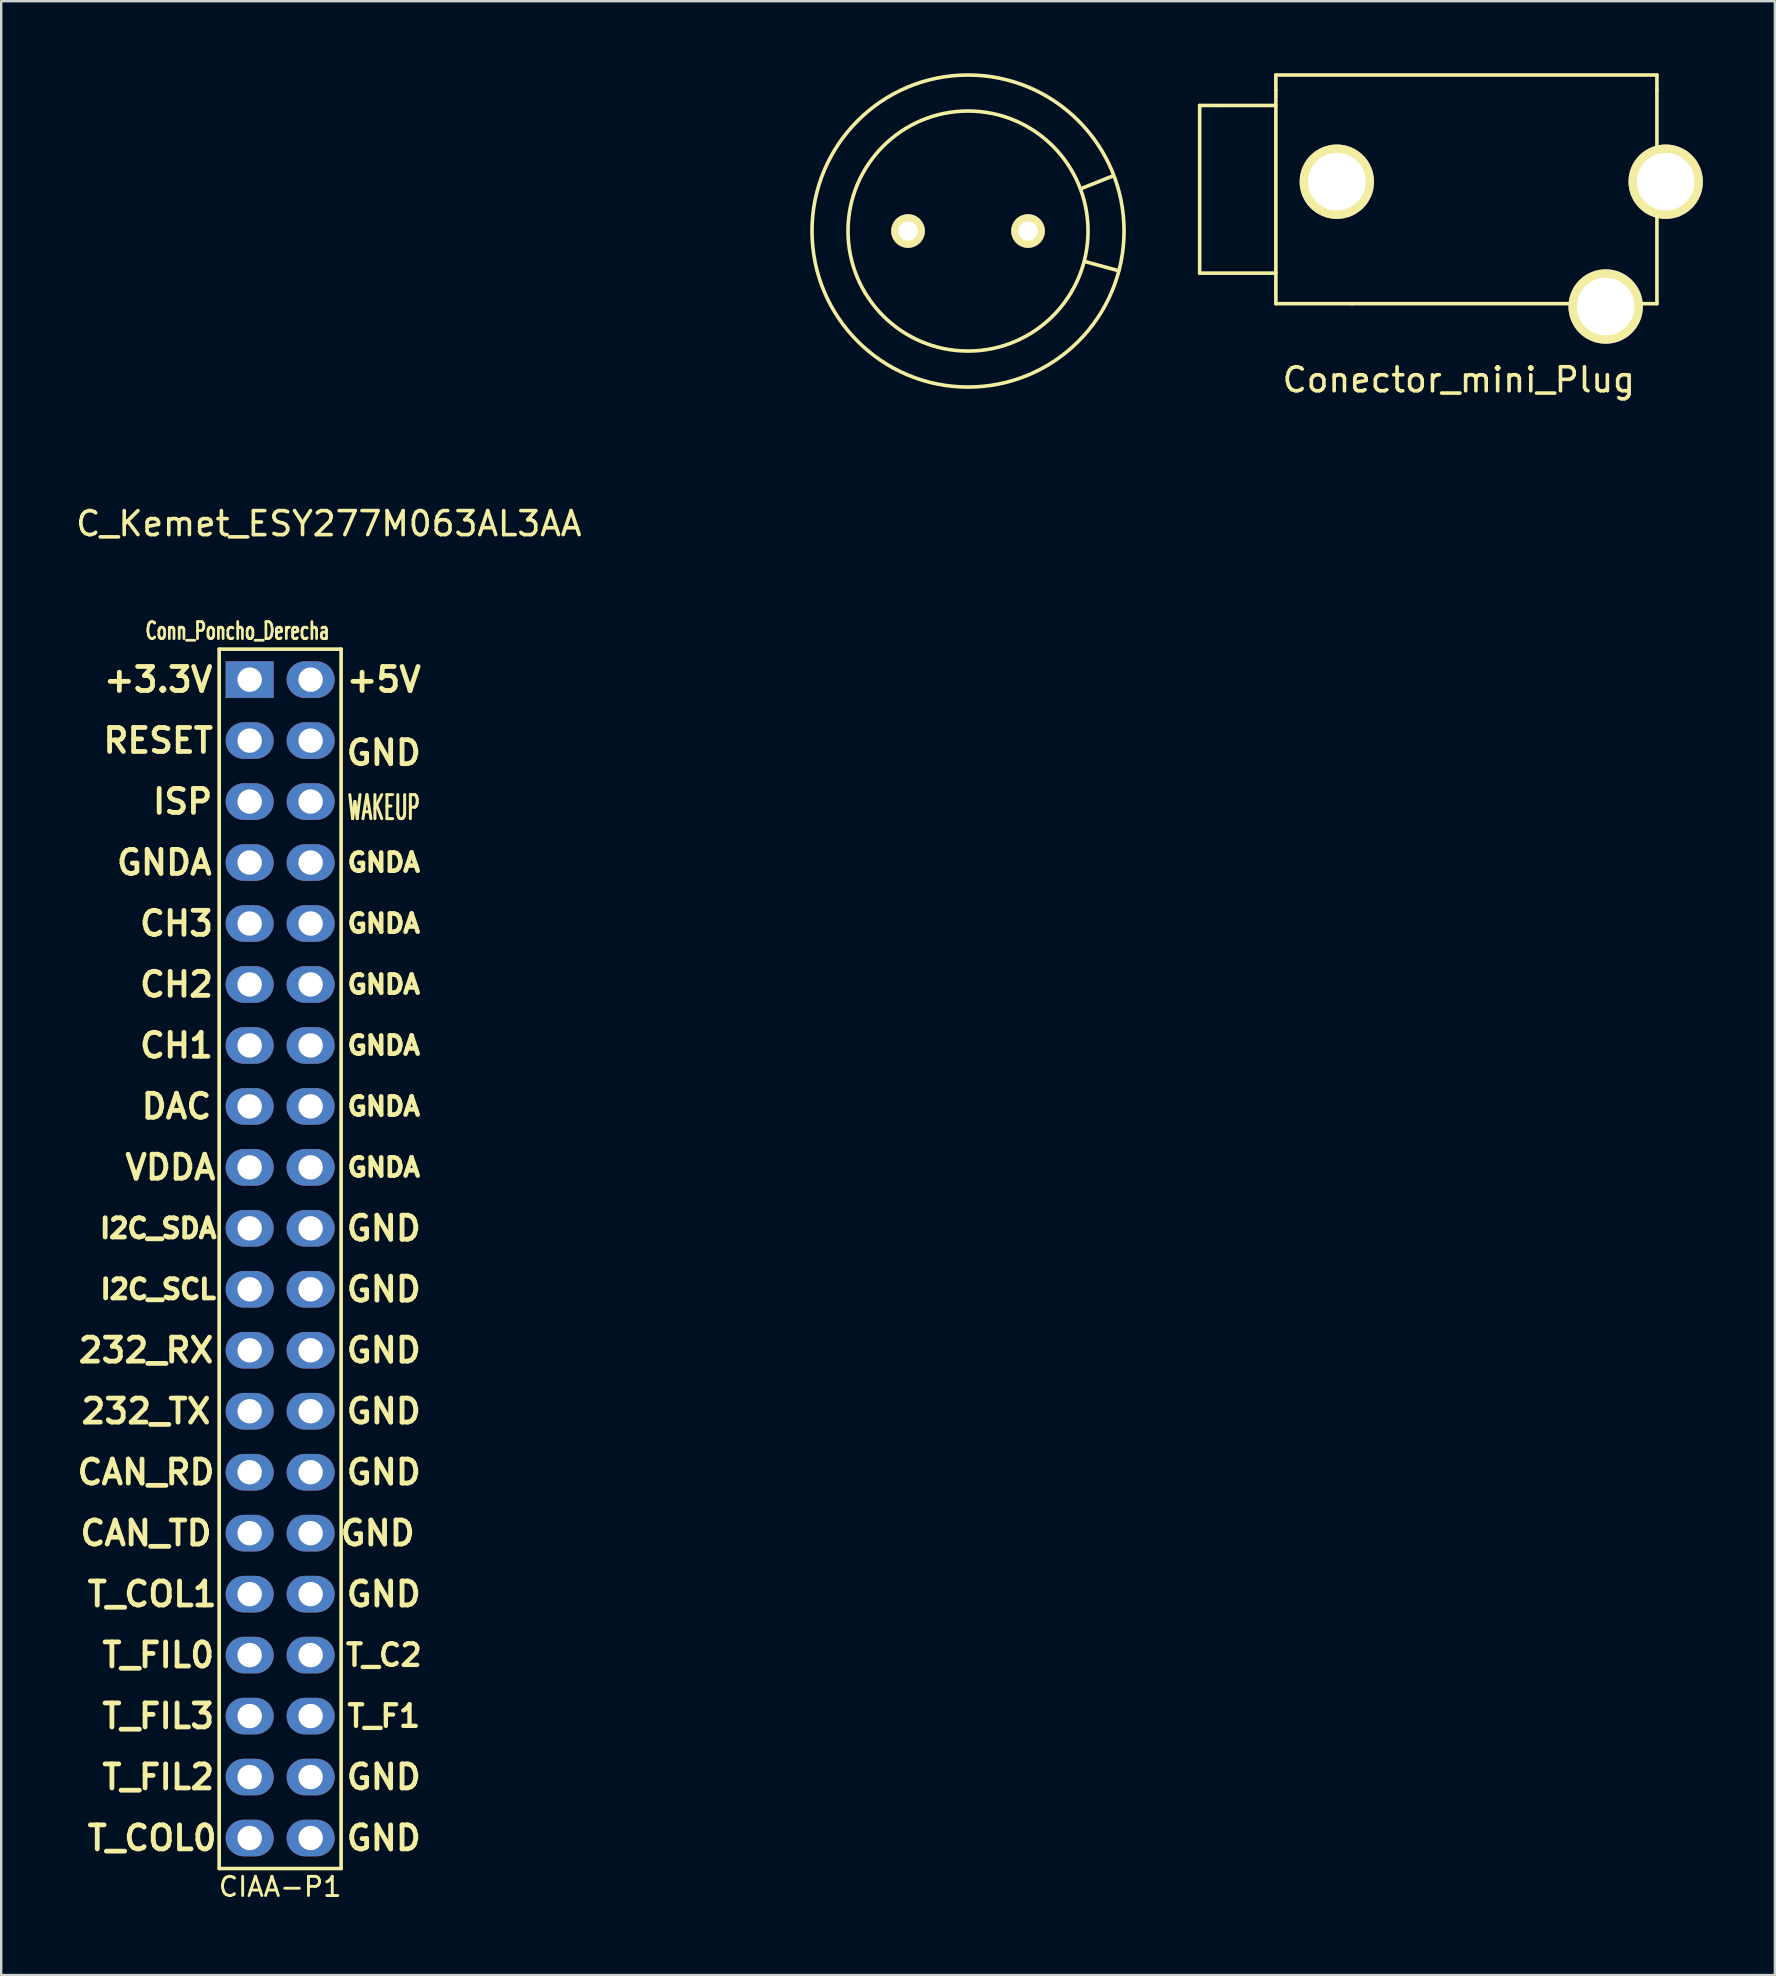
<source format=kicad_pcb>
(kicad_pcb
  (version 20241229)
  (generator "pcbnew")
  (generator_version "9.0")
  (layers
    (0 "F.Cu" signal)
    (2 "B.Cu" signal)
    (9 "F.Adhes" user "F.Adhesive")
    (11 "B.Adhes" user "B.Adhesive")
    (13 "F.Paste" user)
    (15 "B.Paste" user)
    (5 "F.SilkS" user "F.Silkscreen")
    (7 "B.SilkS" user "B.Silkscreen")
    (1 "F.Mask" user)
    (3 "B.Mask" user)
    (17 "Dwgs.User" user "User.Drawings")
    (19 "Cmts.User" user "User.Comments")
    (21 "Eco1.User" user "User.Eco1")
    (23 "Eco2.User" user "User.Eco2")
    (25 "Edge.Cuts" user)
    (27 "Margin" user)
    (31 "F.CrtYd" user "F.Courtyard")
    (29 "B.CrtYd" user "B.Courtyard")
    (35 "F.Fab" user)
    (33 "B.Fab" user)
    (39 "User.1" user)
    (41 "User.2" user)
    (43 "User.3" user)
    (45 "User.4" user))
  (footprint "C_Kemet_ESY277M063AL3AA"
    (layer "F.Cu")
    (at 34.779 6.575)
    (property "Reference" "C_Kemet_ESY277M063AL3AA" (at -24.13 12.192 0) (layer "F.SilkS") (effects (font (size 1 1) (thickness 0.15))))
    (attr through_hole)
    (fp_line (start 8.509 -2.286) (end 7.239 -1.778) (stroke (width 0.15) (type solid)) (layer "F.SilkS"))
    (fp_line (start 8.763 1.651) (end 7.366 1.27) (stroke (width 0.15) (type solid)) (layer "F.SilkS"))
    (fp_circle (center 2.5 0) (end -2.5 0) (stroke (width 0.15) (type solid)) (fill no) (layer "F.SilkS"))
    (fp_circle (center 2.5 0) (end 9 0) (stroke (width 0.15) (type solid)) (fill no) (layer "F.SilkS"))
    (pad "1" thru_hole circle (at 0 0) (size 1.4 1.4) (drill 0.8) (layers "*.Cu" "*.Mask" "F.SilkS"))
    (pad "2" thru_hole circle (at 5 0) (size 1.4 1.4) (drill 0.8) (layers "*.Cu" "*.Mask" "F.SilkS")))
  (footprint "Conector_mini_Plug"
    (layer "F.Cu")
    (at 52.644 4.52)
    (property "Reference" "Conector_mini_Plug" (at 5.08 8.255 0) (layer "F.SilkS") (effects (font (size 1 1) (thickness 0.15))))
    (attr through_hole)
    (fp_line (start -5.715 -3.175) (end -5.715 3.81) (stroke (width 0.15) (type solid)) (layer "F.SilkS"))
    (fp_line (start -5.715 3.81) (end -2.54 3.81) (stroke (width 0.15) (type solid)) (layer "F.SilkS"))
    (fp_line (start -2.54 -4.445) (end -2.54 -3.81) (stroke (width 0.15) (type solid)) (layer "F.SilkS"))
    (fp_line (start -2.54 -3.81) (end -2.54 5.08) (stroke (width 0.15) (type solid)) (layer "F.SilkS"))
    (fp_line (start -2.54 -3.175) (end -5.715 -3.175) (stroke (width 0.15) (type solid)) (layer "F.SilkS"))
    (fp_line (start -2.54 5.08) (end 0.635 5.08) (stroke (width 0.15) (type solid)) (layer "F.SilkS"))
    (fp_line (start 0.635 5.08) (end 13.335 5.08) (stroke (width 0.15) (type solid)) (layer "F.SilkS"))
    (fp_line (start 13.335 -4.445) (end -2.54 -4.445) (stroke (width 0.15) (type solid)) (layer "F.SilkS"))
    (fp_line (start 13.335 -3.81) (end 13.335 -4.445) (stroke (width 0.15) (type solid)) (layer "F.SilkS"))
    (fp_line (start 13.335 5.08) (end 13.335 -3.81) (stroke (width 0.15) (type solid)) (layer "F.SilkS"))
    (pad "1" thru_hole circle (at 11.2 5.2) (size 3.1 3.1) (drill 2.4) (layers "*.Cu" "*.Mask" "F.SilkS"))
    (pad "2" thru_hole circle (at 13.7 0) (size 3.1 3.1) (drill 2.4) (layers "*.Cu" "*.Mask" "F.SilkS"))
    (pad "3" thru_hole circle (at 0 0) (size 3.1 3.1) (drill 2.4) (layers "*.Cu" "*.Mask" "F.SilkS")))
  (footprint "Conn_Poncho_Derecha"
    (layer "F.Cu")
    (at 7.351 25.264)
    (property "Reference" "Conn_Poncho_Derecha" (at -0.508 -2.032 0) (layer "F.SilkS") (effects (font (size 0.711 0.457) (thickness 0.114))))
    (attr through_hole)
    (fp_line (start -1.27 49.53) (end -1.27 -1.27) (stroke (width 0.15) (type solid)) (layer "F.SilkS"))
    (fp_line (start 3.81 -1.27) (end -1.27 -1.27) (stroke (width 0.15) (type solid)) (layer "F.SilkS"))
    (fp_line (start 3.81 49.53) (end -1.27 49.53) (stroke (width 0.15) (type solid)) (layer "F.SilkS"))
    (fp_line (start 3.81 49.53) (end 3.81 -1.27) (stroke (width 0.15) (type solid)) (layer "F.SilkS"))
    (fp_text user "CAN_RD" (at -4.318 33.02 0) (layer "F.SilkS") (effects (font (size 1 1) (thickness 0.2))))
    (fp_text user "GNDA" (at 5.588 10.16 0) (layer "F.SilkS") (effects (font (size 0.76 0.76) (thickness 0.19))))
    (fp_text user "GND" (at 5.588 45.72 0) (layer "F.SilkS") (effects (font (size 1 1) (thickness 0.2))))
    (fp_text user "+3.3V" (at -3.81 0 0) (layer "F.SilkS") (effects (font (size 1 1) (thickness 0.2))))
    (fp_text user "GNDA" (at 5.588 12.7 0) (layer "F.SilkS") (effects (font (size 0.76 0.76) (thickness 0.19))))
    (fp_text user "WAKEUP" (at 5.588 5.334 0) (layer "F.SilkS") (effects (font (size 1 0.5) (thickness 0.125))))
    (fp_text user "GND" (at 5.588 27.94 0) (layer "F.SilkS") (effects (font (size 1 1) (thickness 0.2))))
    (fp_text user "GND" (at 5.588 22.86 0) (layer "F.SilkS") (effects (font (size 1 1) (thickness 0.2))))
    (fp_text user "GNDA" (at 5.588 15.24 0) (layer "F.SilkS") (effects (font (size 0.76 0.76) (thickness 0.19))))
    (fp_text user "VDDA" (at -3.302 20.32 0) (layer "F.SilkS") (effects (font (size 1 1) (thickness 0.2))))
    (fp_text user "GND" (at 5.588 33.02 0) (layer "F.SilkS") (effects (font (size 1 1) (thickness 0.2))))
    (fp_text user "GNDA" (at 5.588 7.62 0) (layer "F.SilkS") (effects (font (size 0.76 0.76) (thickness 0.19))))
    (fp_text user "T_FIL2" (at -3.81 45.72 0) (layer "F.SilkS") (effects (font (size 1 1) (thickness 0.2))))
    (fp_text user "GND" (at 5.588 25.4 0) (layer "F.SilkS") (effects (font (size 1 1) (thickness 0.2))))
    (fp_text user "GNDA" (at 5.588 20.32 0) (layer "F.SilkS") (effects (font (size 0.76 0.76) (thickness 0.19))))
    (fp_text user "GND" (at 5.588 3.048 0) (layer "F.SilkS") (effects (font (size 1 1) (thickness 0.2))))
    (fp_text user "GND" (at 5.588 48.26 0) (layer "F.SilkS") (effects (font (size 1 1) (thickness 0.2))))
    (fp_text user "RESET" (at -3.81 2.54 0) (layer "F.SilkS") (effects (font (size 1 1) (thickness 0.2))))
    (fp_text user "GND" (at 5.588 38.1 0) (layer "F.SilkS") (effects (font (size 1 1) (thickness 0.2))))
    (fp_text user "232_TX" (at -4.318 30.48 0) (layer "F.SilkS") (effects (font (size 1 1) (thickness 0.2))))
    (fp_text user "I2C_SDA" (at -3.81 22.86 0) (layer "F.SilkS") (effects (font (size 0.8 0.8) (thickness 0.2))))
    (fp_text user "232_RX" (at -4.318 27.94 0) (layer "F.SilkS") (effects (font (size 1 1) (thickness 0.2))))
    (fp_text user "DAC" (at -3.048 17.78 0) (layer "F.SilkS") (effects (font (size 1 1) (thickness 0.2))))
    (fp_text user "CAN_TD" (at -4.318 35.56 0) (layer "F.SilkS") (effects (font (size 1 1) (thickness 0.2))))
    (fp_text user "T_FIL3" (at -3.81 43.18 0) (layer "F.SilkS") (effects (font (size 1 1) (thickness 0.2))))
    (fp_text user "CIAA-P1" (at 1.27 50.292 0) (layer "F.SilkS") (effects (font (size 0.8 0.8) (thickness 0.12))))
    (fp_text user "CH3" (at -3.048 10.16 0) (layer "F.SilkS") (effects (font (size 1 1) (thickness 0.2))))
    (fp_text user "CH1" (at -3.048 15.24 0) (layer "F.SilkS") (effects (font (size 1 1) (thickness 0.2))))
    (fp_text user "+5V" (at 5.588 0 0) (layer "F.SilkS") (effects (font (size 1 1) (thickness 0.2))))
    (fp_text user "I2C_SCL" (at -3.81 25.4 0) (layer "F.SilkS") (effects (font (size 0.8 0.8) (thickness 0.2))))
    (fp_text user "GNDA" (at -3.556 7.62 0) (layer "F.SilkS") (effects (font (size 1 1) (thickness 0.2))))
    (fp_text user "CH2" (at -3.048 12.7 0) (layer "F.SilkS") (effects (font (size 1 1) (thickness 0.2))))
    (fp_text user "T_COL1" (at -4.064 38.1 0) (layer "F.SilkS") (effects (font (size 1 1) (thickness 0.2))))
    (fp_text user "GNDA" (at 5.588 17.78 0) (layer "F.SilkS") (effects (font (size 0.76 0.76) (thickness 0.19))))
    (fp_text user "GND" (at 5.588 30.48 0) (layer "F.SilkS") (effects (font (size 1 1) (thickness 0.2))))
    (fp_text user "T_FIL0" (at -3.81 40.64 0) (layer "F.SilkS") (effects (font (size 1 1) (thickness 0.2))))
    (fp_text user "T_F1" (at 5.588 43.18 0) (layer "F.SilkS") (effects (font (size 0.9 0.9) (thickness 0.18))))
    (fp_text user "ISP" (at -2.794 5.08 0) (layer "F.SilkS") (effects (font (size 1 1) (thickness 0.2))))
    (fp_text user "GND" (at 5.334 35.56 0) (layer "F.SilkS") (effects (font (size 1 1) (thickness 0.2))))
    (fp_text user "T_C2" (at 5.588 40.64 0) (layer "F.SilkS") (effects (font (size 0.9 0.9) (thickness 0.18))))
    (fp_text user "T_COL0" (at -4.064 48.26 0) (layer "F.SilkS") (effects (font (size 1 1) (thickness 0.2))))
    (pad "1" thru_hole rect (at 0 0 270) (size 1.524 2) (drill 1.016) (layers "*.Cu" "*.Mask"))
    (pad "2" thru_hole oval (at 2.54 0 270) (size 1.524 2) (drill 1.016) (layers "*.Cu" "*.Mask"))
    (pad "3" thru_hole oval (at 0 2.54 270) (size 1.524 2) (drill 1.016) (layers "*.Cu" "*.Mask"))
    (pad "4" thru_hole oval (at 2.54 2.54 270) (size 1.524 2) (drill 1.016) (layers "*.Cu" "*.Mask"))
    (pad "5" thru_hole oval (at 0 5.08 270) (size 1.524 2) (drill 1.016) (layers "*.Cu" "*.Mask"))
    (pad "6" thru_hole oval (at 2.54 5.08 270) (size 1.524 2) (drill 1.016) (layers "*.Cu" "*.Mask"))
    (pad "7" thru_hole oval (at 0 7.62 270) (size 1.524 2) (drill 1.016) (layers "*.Cu" "*.Mask"))
    (pad "8" thru_hole oval (at 2.54 7.62 270) (size 1.524 2) (drill 1.016) (layers "*.Cu" "*.Mask"))
    (pad "9" thru_hole oval (at 0 10.16 270) (size 1.524 2) (drill 1.016) (layers "*.Cu" "*.Mask"))
    (pad "10" thru_hole oval (at 2.54 10.16 270) (size 1.524 2) (drill 1.016) (layers "*.Cu" "*.Mask"))
    (pad "11" thru_hole oval (at 0 12.7 270) (size 1.524 2) (drill 1.016) (layers "*.Cu" "*.Mask"))
    (pad "12" thru_hole oval (at 2.54 12.7 270) (size 1.524 2) (drill 1.016) (layers "*.Cu" "*.Mask"))
    (pad "13" thru_hole oval (at 0 15.24 270) (size 1.524 2) (drill 1.016) (layers "*.Cu" "*.Mask"))
    (pad "14" thru_hole oval (at 2.54 15.24 270) (size 1.524 2) (drill 1.016) (layers "*.Cu" "*.Mask"))
    (pad "15" thru_hole oval (at 0 17.78 270) (size 1.524 2) (drill 1.016) (layers "*.Cu" "*.Mask"))
    (pad "16" thru_hole oval (at 2.54 17.78 270) (size 1.524 2) (drill 1.016) (layers "*.Cu" "*.Mask"))
    (pad "17" thru_hole oval (at 0 20.32 270) (size 1.524 2) (drill 1.016) (layers "*.Cu" "*.Mask"))
    (pad "18" thru_hole oval (at 2.54 20.32 270) (size 1.524 2) (drill 1.016) (layers "*.Cu" "*.Mask"))
    (pad "19" thru_hole oval (at 0 22.86 270) (size 1.524 2) (drill 1.016) (layers "*.Cu" "*.Mask"))
    (pad "20" thru_hole oval (at 2.54 22.86 270) (size 1.524 2) (drill 1.016) (layers "*.Cu" "*.Mask"))
    (pad "21" thru_hole oval (at 0 25.4 270) (size 1.524 2) (drill 1.016) (layers "*.Cu" "*.Mask"))
    (pad "22" thru_hole oval (at 2.54 25.4 270) (size 1.524 2) (drill 1.016) (layers "*.Cu" "*.Mask"))
    (pad "23" thru_hole oval (at 0 27.94 270) (size 1.524 2) (drill 1.016) (layers "*.Cu" "*.Mask"))
    (pad "24" thru_hole oval (at 2.54 27.94 270) (size 1.524 2) (drill 1.016) (layers "*.Cu" "*.Mask"))
    (pad "25" thru_hole oval (at 0 30.48 270) (size 1.524 2) (drill 1.016) (layers "*.Cu" "*.Mask"))
    (pad "26" thru_hole oval (at 2.54 30.48 270) (size 1.524 2) (drill 1.016) (layers "*.Cu" "*.Mask"))
    (pad "27" thru_hole oval (at 0 33.02 270) (size 1.524 2) (drill 1.016) (layers "*.Cu" "*.Mask"))
    (pad "28" thru_hole oval (at 2.54 33.02 270) (size 1.524 2) (drill 1.016) (layers "*.Cu" "*.Mask"))
    (pad "29" thru_hole oval (at 0 35.56 270) (size 1.524 2) (drill 1.016) (layers "*.Cu" "*.Mask"))
    (pad "30" thru_hole oval (at 2.54 35.56 270) (size 1.524 2) (drill 1.016) (layers "*.Cu" "*.Mask"))
    (pad "31" thru_hole oval (at 0 38.1 270) (size 1.524 2) (drill 1.016) (layers "*.Cu" "*.Mask"))
    (pad "32" thru_hole oval (at 2.54 38.1 270) (size 1.524 2) (drill 1.016) (layers "*.Cu" "*.Mask"))
    (pad "33" thru_hole oval (at 0 40.64 270) (size 1.524 2) (drill 1.016) (layers "*.Cu" "*.Mask"))
    (pad "34" thru_hole oval (at 2.54 40.64 270) (size 1.524 2) (drill 1.016) (layers "*.Cu" "*.Mask"))
    (pad "35" thru_hole oval (at 0 43.18 270) (size 1.524 2) (drill 1.016) (layers "*.Cu" "*.Mask"))
    (pad "36" thru_hole oval (at 2.54 43.18 270) (size 1.524 2) (drill 1.016) (layers "*.Cu" "*.Mask"))
    (pad "37" thru_hole oval (at 0 45.72 270) (size 1.524 2) (drill 1.016) (layers "*.Cu" "*.Mask"))
    (pad "38" thru_hole oval (at 2.54 45.72 270) (size 1.524 2) (drill 1.016) (layers "*.Cu" "*.Mask"))
    (pad "39" thru_hole oval (at 0 48.26 270) (size 1.524 2) (drill 1.016) (layers "*.Cu" "*.Mask"))
    (pad "40" thru_hole oval (at 2.54 48.26 270) (size 1.524 2) (drill 1.016) (layers "*.Cu" "*.Mask")))
  (gr_rect
    (start -3 -3)
    (end 70.894 79.234)
    (stroke (width 0.1) (type default))
    (fill no)
    (layer "Edge.Cuts")))
</source>
